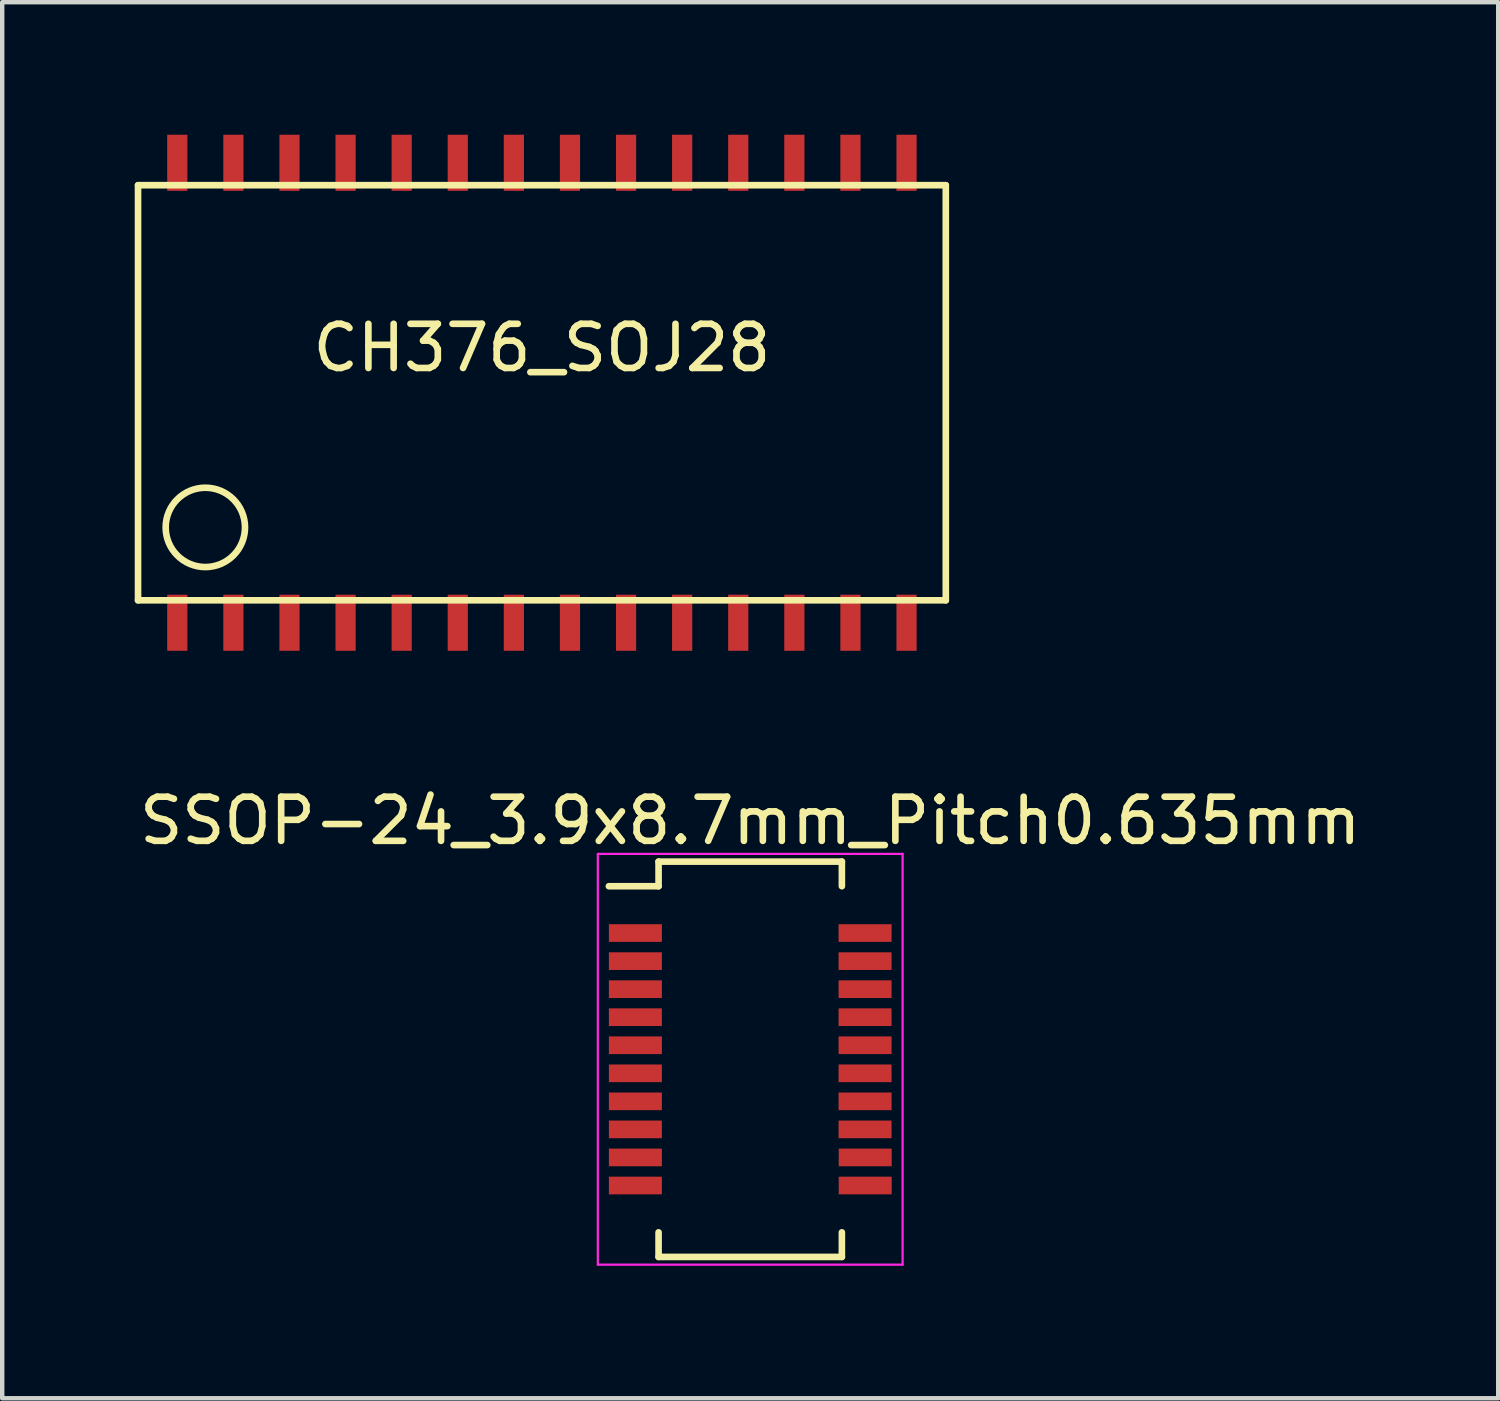
<source format=kicad_pcb>
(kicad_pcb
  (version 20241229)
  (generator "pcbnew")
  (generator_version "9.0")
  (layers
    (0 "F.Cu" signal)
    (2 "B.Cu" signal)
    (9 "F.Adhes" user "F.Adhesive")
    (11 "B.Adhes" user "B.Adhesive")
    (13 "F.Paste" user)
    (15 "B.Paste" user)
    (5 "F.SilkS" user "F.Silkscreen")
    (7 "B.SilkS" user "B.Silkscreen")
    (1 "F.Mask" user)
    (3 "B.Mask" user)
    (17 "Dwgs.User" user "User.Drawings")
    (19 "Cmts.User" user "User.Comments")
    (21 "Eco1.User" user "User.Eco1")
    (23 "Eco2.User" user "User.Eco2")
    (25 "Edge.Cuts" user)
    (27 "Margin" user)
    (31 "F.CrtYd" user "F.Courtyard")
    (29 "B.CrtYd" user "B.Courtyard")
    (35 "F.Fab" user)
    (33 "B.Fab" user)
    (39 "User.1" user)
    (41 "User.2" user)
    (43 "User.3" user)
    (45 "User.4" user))
  (footprint "CH376_SOJ28"
    (layer "F.Cu")
    (at 9.219 5.842)
    (property "Reference" "CH376_SOJ28" (at 0 -1.016 0) (layer "F.SilkS") (effects (font (size 1 1) (thickness 0.15))))
    (attr smd)
    (fp_line (start -9.144 -4.699) (end -9.144 4.699) (stroke (width 0.15) (type solid)) (layer "F.SilkS"))
    (fp_line (start -9.144 -4.699) (end 9.144 -4.699) (stroke (width 0.15) (type solid)) (layer "F.SilkS"))
    (fp_line (start 9.144 4.699) (end -9.144 4.699) (stroke (width 0.15) (type solid)) (layer "F.SilkS"))
    (fp_line (start 9.144 4.699) (end 9.144 -4.699) (stroke (width 0.15) (type solid)) (layer "F.SilkS"))
    (fp_circle (center -7.62 3.048) (end -8.255 2.413) (stroke (width 0.15) (type solid)) (fill no) (layer "F.SilkS"))
    (pad "1" smd rect (at -8.255 5.207) (size 0.457 1.27) (layers "F.Cu" "F.Mask" "F.Paste"))
    (pad "2" smd rect (at -6.985 5.207) (size 0.457 1.27) (layers "F.Cu" "F.Mask" "F.Paste"))
    (pad "3" smd rect (at -5.715 5.207) (size 0.457 1.27) (layers "F.Cu" "F.Mask" "F.Paste"))
    (pad "4" smd rect (at -4.445 5.207) (size 0.457 1.27) (layers "F.Cu" "F.Mask" "F.Paste"))
    (pad "5" smd rect (at -3.175 5.207) (size 0.457 1.27) (layers "F.Cu" "F.Mask" "F.Paste"))
    (pad "6" smd rect (at -1.905 5.207) (size 0.457 1.27) (layers "F.Cu" "F.Mask" "F.Paste"))
    (pad "7" smd rect (at -0.635 5.207) (size 0.457 1.27) (layers "F.Cu" "F.Mask" "F.Paste"))
    (pad "8" smd rect (at 0.635 5.207) (size 0.457 1.27) (layers "F.Cu" "F.Mask" "F.Paste"))
    (pad "9" smd rect (at 1.905 5.207) (size 0.457 1.27) (layers "F.Cu" "F.Mask" "F.Paste"))
    (pad "10" smd rect (at 3.175 5.207) (size 0.457 1.27) (layers "F.Cu" "F.Mask" "F.Paste"))
    (pad "11" smd rect (at 4.445 5.207) (size 0.457 1.27) (layers "F.Cu" "F.Mask" "F.Paste"))
    (pad "12" smd rect (at 5.715 5.207) (size 0.457 1.27) (layers "F.Cu" "F.Mask" "F.Paste"))
    (pad "13" smd rect (at 6.985 5.207) (size 0.457 1.27) (layers "F.Cu" "F.Mask" "F.Paste"))
    (pad "14" smd rect (at 8.255 5.207) (size 0.457 1.27) (layers "F.Cu" "F.Mask" "F.Paste"))
    (pad "15" smd rect (at 8.255 -5.207) (size 0.457 1.27) (layers "F.Cu" "F.Mask" "F.Paste"))
    (pad "16" smd rect (at 6.985 -5.207) (size 0.457 1.27) (layers "F.Cu" "F.Mask" "F.Paste"))
    (pad "17" smd rect (at 5.715 -5.207) (size 0.457 1.27) (layers "F.Cu" "F.Mask" "F.Paste"))
    (pad "18" smd rect (at 4.445 -5.207) (size 0.457 1.27) (layers "F.Cu" "F.Mask" "F.Paste"))
    (pad "19" smd rect (at 3.175 -5.207) (size 0.457 1.27) (layers "F.Cu" "F.Mask" "F.Paste"))
    (pad "20" smd rect (at 1.905 -5.207) (size 0.457 1.27) (layers "F.Cu" "F.Mask" "F.Paste"))
    (pad "21" smd rect (at 0.635 -5.207) (size 0.457 1.27) (layers "F.Cu" "F.Mask" "F.Paste"))
    (pad "22" smd rect (at -0.635 -5.207) (size 0.457 1.27) (layers "F.Cu" "F.Mask" "F.Paste"))
    (pad "23" smd rect (at -1.905 -5.207) (size 0.457 1.27) (layers "F.Cu" "F.Mask" "F.Paste"))
    (pad "24" smd rect (at -3.175 -5.207) (size 0.457 1.27) (layers "F.Cu" "F.Mask" "F.Paste"))
    (pad "25" smd rect (at -4.445 -5.207) (size 0.457 1.27) (layers "F.Cu" "F.Mask" "F.Paste"))
    (pad "26" smd rect (at -5.715 -5.207) (size 0.457 1.27) (layers "F.Cu" "F.Mask" "F.Paste"))
    (pad "27" smd rect (at -6.985 -5.207) (size 0.457 1.27) (layers "F.Cu" "F.Mask" "F.Paste"))
    (pad "28" smd rect (at -8.255 -5.207) (size 0.457 1.27) (layers "F.Cu" "F.Mask" "F.Paste")))
  (footprint "SSOP-24_3.9x8.7mm_Pitch0.635mm"
    (layer "F.Cu")
    (at 13.935 20.805)
    (property "Reference" "SSOP-24_3.9x8.7mm_Pitch0.635mm" (at 0 -5.273 0) (layer "F.SilkS") (effects (font (size 1 1) (thickness 0.15))))
    (attr smd)
    (fp_line (start -2.075 -4.348) (end -2.075 -3.791) (stroke (width 0.15) (type solid)) (layer "F.SilkS"))
    (fp_line (start -2.075 -4.348) (end 2.075 -4.348) (stroke (width 0.15) (type solid)) (layer "F.SilkS"))
    (fp_line (start -2.075 -3.791) (end -3.2 -3.791) (stroke (width 0.15) (type solid)) (layer "F.SilkS"))
    (fp_line (start -2.075 4.602) (end -2.075 4.045) (stroke (width 0.15) (type solid)) (layer "F.SilkS"))
    (fp_line (start -2.075 4.602) (end 2.075 4.602) (stroke (width 0.15) (type solid)) (layer "F.SilkS"))
    (fp_line (start 2.075 -4.348) (end 2.075 -3.791) (stroke (width 0.15) (type solid)) (layer "F.SilkS"))
    (fp_line (start 2.075 4.602) (end 2.075 4.045) (stroke (width 0.15) (type solid)) (layer "F.SilkS"))
    (fp_line (start -3.45 -4.523) (end -3.45 4.777) (stroke (width 0.05) (type solid)) (layer "F.CrtYd"))
    (fp_line (start -3.45 -4.523) (end 3.45 -4.523) (stroke (width 0.05) (type solid)) (layer "F.CrtYd"))
    (fp_line (start -3.45 4.777) (end 3.45 4.777) (stroke (width 0.05) (type solid)) (layer "F.CrtYd"))
    (fp_line (start 3.45 -4.523) (end 3.45 4.777) (stroke (width 0.05) (type solid)) (layer "F.CrtYd"))
    (pad "1" smd rect (at -2.6 -2.731) (size 1.2 0.4) (layers "F.Cu" "F.Mask" "F.Paste"))
    (pad "2" smd rect (at -2.6 -2.095) (size 1.2 0.4) (layers "F.Cu" "F.Mask" "F.Paste"))
    (pad "3" smd rect (at -2.6 -1.46) (size 1.2 0.4) (layers "F.Cu" "F.Mask" "F.Paste"))
    (pad "4" smd rect (at -2.6 -0.826) (size 1.2 0.4) (layers "F.Cu" "F.Mask" "F.Paste"))
    (pad "5" smd rect (at -2.6 -0.191) (size 1.2 0.4) (layers "F.Cu" "F.Mask" "F.Paste"))
    (pad "6" smd rect (at -2.6 0.445) (size 1.2 0.4) (layers "F.Cu" "F.Mask" "F.Paste"))
    (pad "7" smd rect (at -2.6 1.079) (size 1.2 0.4) (layers "F.Cu" "F.Mask" "F.Paste"))
    (pad "8" smd rect (at -2.6 1.714) (size 1.2 0.4) (layers "F.Cu" "F.Mask" "F.Paste"))
    (pad "9" smd rect (at -2.6 2.349) (size 1.2 0.4) (layers "F.Cu" "F.Mask" "F.Paste"))
    (pad "10" smd rect (at -2.6 2.985) (size 1.2 0.4) (layers "F.Cu" "F.Mask" "F.Paste"))
    (pad "11" smd rect (at 2.603 2.985) (size 1.2 0.4) (layers "F.Cu" "F.Mask" "F.Paste"))
    (pad "12" smd rect (at 2.603 2.349) (size 1.2 0.4) (layers "F.Cu" "F.Mask" "F.Paste"))
    (pad "13" smd rect (at 2.6 1.714) (size 1.2 0.4) (layers "F.Cu" "F.Mask" "F.Paste"))
    (pad "14" smd rect (at 2.6 1.079) (size 1.2 0.4) (layers "F.Cu" "F.Mask" "F.Paste"))
    (pad "15" smd rect (at 2.6 0.445) (size 1.2 0.4) (layers "F.Cu" "F.Mask" "F.Paste"))
    (pad "16" smd rect (at 2.6 -0.191) (size 1.2 0.4) (layers "F.Cu" "F.Mask" "F.Paste"))
    (pad "17" smd rect (at 2.6 -0.826) (size 1.2 0.4) (layers "F.Cu" "F.Mask" "F.Paste"))
    (pad "18" smd rect (at 2.6 -1.46) (size 1.2 0.4) (layers "F.Cu" "F.Mask" "F.Paste"))
    (pad "19" smd rect (at 2.6 -2.095) (size 1.2 0.4) (layers "F.Cu" "F.Mask" "F.Paste"))
    (pad "20" smd rect (at 2.6 -2.731) (size 1.2 0.4) (layers "F.Cu" "F.Mask" "F.Paste")))
  (gr_rect
    (start -3 -3)
    (end 30.869 28.607)
    (stroke (width 0.1) (type default))
    (fill no)
    (layer "Edge.Cuts")))
</source>
